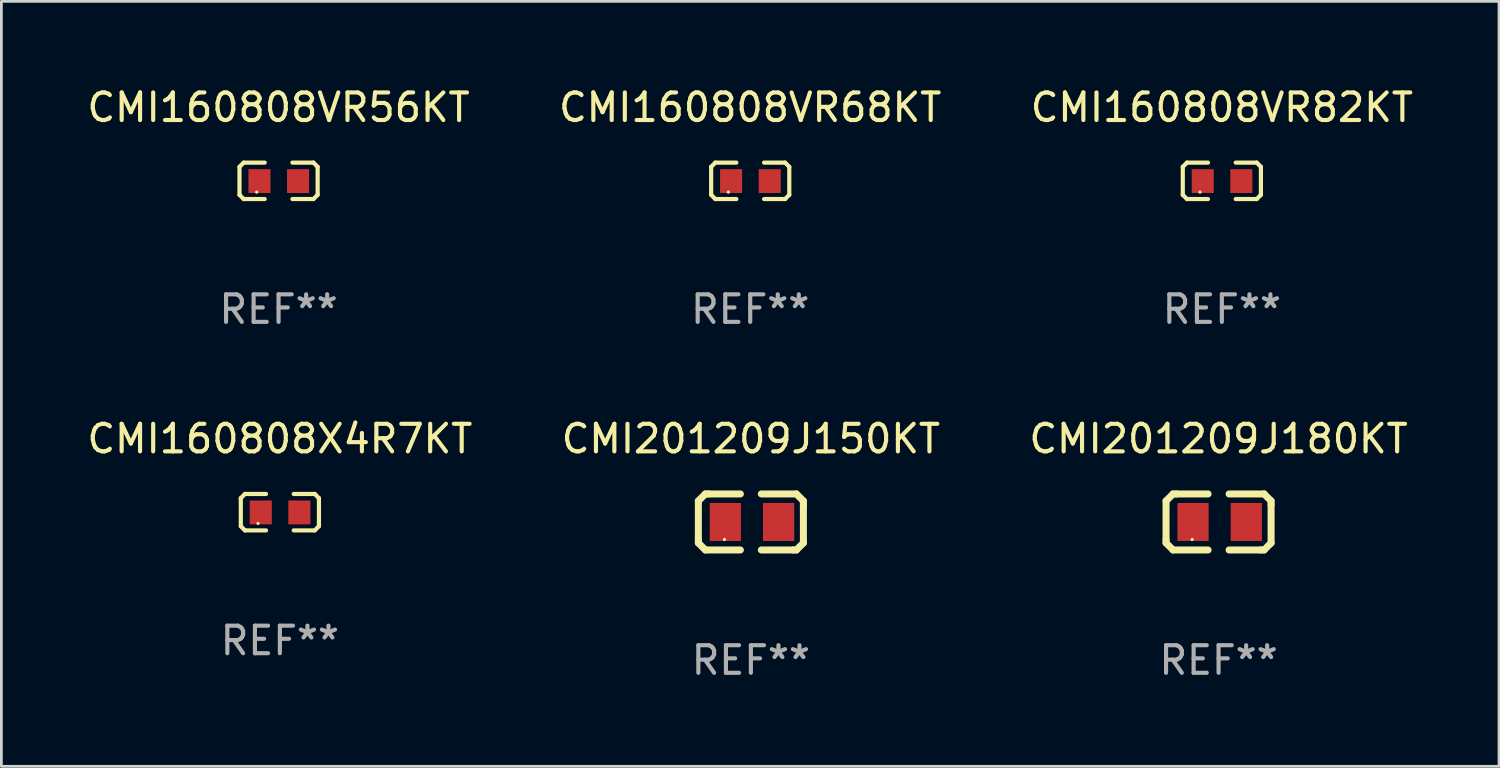
<source format=kicad_pcb>
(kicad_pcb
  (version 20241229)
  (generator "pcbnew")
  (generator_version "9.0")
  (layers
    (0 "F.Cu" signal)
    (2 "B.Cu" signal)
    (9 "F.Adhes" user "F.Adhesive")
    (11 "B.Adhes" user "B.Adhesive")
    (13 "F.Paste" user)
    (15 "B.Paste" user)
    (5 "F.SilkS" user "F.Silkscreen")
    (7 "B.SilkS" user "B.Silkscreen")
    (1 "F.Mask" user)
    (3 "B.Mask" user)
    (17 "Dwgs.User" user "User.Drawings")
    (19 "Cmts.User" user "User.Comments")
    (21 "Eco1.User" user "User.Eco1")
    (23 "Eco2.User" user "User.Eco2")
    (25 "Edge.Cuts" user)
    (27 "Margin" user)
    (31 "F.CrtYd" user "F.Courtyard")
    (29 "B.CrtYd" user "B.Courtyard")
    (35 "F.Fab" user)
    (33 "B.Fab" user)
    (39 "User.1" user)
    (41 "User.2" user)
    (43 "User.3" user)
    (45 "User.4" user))
  (footprint "CMI160808X4R7KT"
    (layer "F.Cu")
    (at 7.101 15.527)
    (property "Reference" "CMI160808X4R7KT" (at 0 -2.661 0) (layer "F.SilkS") (effects (font (size 1 1) (thickness 0.15))))
    (attr through_hole)
    (fp_line (start -1.417 -0.508) (end -1.265 -0.661) (stroke (width 0.152) (type solid)) (layer "F.SilkS"))
    (fp_line (start -1.417 0.508) (end -1.417 -0.508) (stroke (width 0.152) (type solid)) (layer "F.SilkS"))
    (fp_line (start -1.265 -0.661) (end -0.503 -0.661) (stroke (width 0.152) (type solid)) (layer "F.SilkS"))
    (fp_line (start -1.265 0.661) (end -1.417 0.508) (stroke (width 0.152) (type solid)) (layer "F.SilkS"))
    (fp_line (start -1.265 0.661) (end -0.503 0.661) (stroke (width 0.152) (type solid)) (layer "F.SilkS"))
    (fp_line (start 1.265 -0.661) (end 0.503 -0.661) (stroke (width 0.152) (type solid)) (layer "F.SilkS"))
    (fp_line (start 1.265 -0.661) (end 1.417 -0.508) (stroke (width 0.152) (type solid)) (layer "F.SilkS"))
    (fp_line (start 1.265 0.661) (end 0.503 0.661) (stroke (width 0.152) (type solid)) (layer "F.SilkS"))
    (fp_line (start 1.417 -0.508) (end 1.417 0.508) (stroke (width 0.152) (type solid)) (layer "F.SilkS"))
    (fp_line (start 1.417 0.508) (end 1.265 0.661) (stroke (width 0.152) (type solid)) (layer "F.SilkS"))
    (fp_circle (center -0.793 0.409) (end -0.763 0.409) (stroke (width 0.06) (type solid)) (fill no) (layer "F.SilkS"))
    (fp_text user "REF**" (at 0 4.661 0) (layer "F.Fab") (effects (font (size 1 1) (thickness 0.15))))
    (pad "1" smd rect (at -0.693 0.009 180) (size 0.8 0.864) (layers "F.Cu" "F.Mask" "F.Paste"))
    (pad "2" smd rect (at 0.707 0.009 180) (size 0.8 0.864) (layers "F.Cu" "F.Mask" "F.Paste")))
  (footprint "CMI160808VR82KT"
    (layer "F.Cu")
    (at 41.268 3.509)
    (property "Reference" "CMI160808VR82KT" (at 0 -2.661 0) (layer "F.SilkS") (effects (font (size 1 1) (thickness 0.15))))
    (attr through_hole)
    (fp_line (start -1.417 -0.508) (end -1.265 -0.661) (stroke (width 0.152) (type solid)) (layer "F.SilkS"))
    (fp_line (start -1.417 0.508) (end -1.417 -0.508) (stroke (width 0.152) (type solid)) (layer "F.SilkS"))
    (fp_line (start -1.265 -0.661) (end -0.503 -0.661) (stroke (width 0.152) (type solid)) (layer "F.SilkS"))
    (fp_line (start -1.265 0.661) (end -1.417 0.508) (stroke (width 0.152) (type solid)) (layer "F.SilkS"))
    (fp_line (start -1.265 0.661) (end -0.503 0.661) (stroke (width 0.152) (type solid)) (layer "F.SilkS"))
    (fp_line (start 1.265 -0.661) (end 0.503 -0.661) (stroke (width 0.152) (type solid)) (layer "F.SilkS"))
    (fp_line (start 1.265 -0.661) (end 1.417 -0.508) (stroke (width 0.152) (type solid)) (layer "F.SilkS"))
    (fp_line (start 1.265 0.661) (end 0.503 0.661) (stroke (width 0.152) (type solid)) (layer "F.SilkS"))
    (fp_line (start 1.417 -0.508) (end 1.417 0.508) (stroke (width 0.152) (type solid)) (layer "F.SilkS"))
    (fp_line (start 1.417 0.508) (end 1.265 0.661) (stroke (width 0.152) (type solid)) (layer "F.SilkS"))
    (fp_circle (center -0.793 0.409) (end -0.763 0.409) (stroke (width 0.06) (type solid)) (fill no) (layer "F.SilkS"))
    (fp_text user "REF**" (at 0 4.661 0) (layer "F.Fab") (effects (font (size 1 1) (thickness 0.15))))
    (pad "1" smd rect (at -0.693 0.009 180) (size 0.8 0.864) (layers "F.Cu" "F.Mask" "F.Paste"))
    (pad "2" smd rect (at 0.707 0.009 180) (size 0.8 0.864) (layers "F.Cu" "F.Mask" "F.Paste")))
  (footprint "CMI201209J150KT"
    (layer "F.Cu")
    (at 24.185 15.882)
    (property "Reference" "CMI201209J150KT" (at 0 -3.016 0) (layer "F.SilkS") (effects (font (size 1 1) (thickness 0.15))))
    (attr through_hole)
    (fp_line (start -1.905 -0.762) (end -1.905 0.635) (stroke (width 0.254) (type solid)) (layer "F.SilkS"))
    (fp_line (start -1.905 0.635) (end -1.905 0.762) (stroke (width 0.254) (type solid)) (layer "F.SilkS"))
    (fp_line (start -1.905 0.762) (end -1.651 1.016) (stroke (width 0.254) (type solid)) (layer "F.SilkS"))
    (fp_line (start -1.651 -1.016) (end -1.905 -0.762) (stroke (width 0.254) (type solid)) (layer "F.SilkS"))
    (fp_line (start -1.651 1.016) (end -0.381 1.016) (stroke (width 0.254) (type solid)) (layer "F.SilkS"))
    (fp_line (start -1.524 -1.016) (end -1.651 -1.016) (stroke (width 0.254) (type solid)) (layer "F.SilkS"))
    (fp_line (start -0.381 -1.016) (end -1.524 -1.016) (stroke (width 0.254) (type solid)) (layer "F.SilkS"))
    (fp_line (start 0.381 1.016) (end 1.524 1.016) (stroke (width 0.254) (type solid)) (layer "F.SilkS"))
    (fp_line (start 1.524 1.016) (end 1.651 1.016) (stroke (width 0.254) (type solid)) (layer "F.SilkS"))
    (fp_line (start 1.651 -1.016) (end 0.381 -1.016) (stroke (width 0.254) (type solid)) (layer "F.SilkS"))
    (fp_line (start 1.651 1.016) (end 1.905 0.762) (stroke (width 0.254) (type solid)) (layer "F.SilkS"))
    (fp_line (start 1.905 -0.762) (end 1.651 -1.016) (stroke (width 0.254) (type solid)) (layer "F.SilkS"))
    (fp_line (start 1.905 -0.635) (end 1.905 -0.762) (stroke (width 0.254) (type solid)) (layer "F.SilkS"))
    (fp_line (start 1.905 0.762) (end 1.905 -0.635) (stroke (width 0.254) (type solid)) (layer "F.SilkS"))
    (fp_circle (center -0.96 0.637) (end -0.93 0.637) (stroke (width 0.06) (type solid)) (fill no) (layer "F.SilkS"))
    (fp_text user "REF**" (at 0 5.016 0) (layer "F.Fab") (effects (font (size 1 1) (thickness 0.15))))
    (pad "1" smd rect (at -0.926 -0.000051) (size 1.133 1.377) (layers "F.Cu" "F.Mask" "F.Paste"))
    (pad "2" smd rect (at 1.006 -0.000051) (size 1.133 1.377) (layers "F.Cu" "F.Mask" "F.Paste")))
  (footprint "CMI160808VR68KT"
    (layer "F.Cu")
    (at 24.161 3.509)
    (property "Reference" "CMI160808VR68KT" (at 0 -2.661 0) (layer "F.SilkS") (effects (font (size 1 1) (thickness 0.15))))
    (attr through_hole)
    (fp_line (start -1.417 -0.508) (end -1.265 -0.661) (stroke (width 0.152) (type solid)) (layer "F.SilkS"))
    (fp_line (start -1.417 0.508) (end -1.417 -0.508) (stroke (width 0.152) (type solid)) (layer "F.SilkS"))
    (fp_line (start -1.265 -0.661) (end -0.503 -0.661) (stroke (width 0.152) (type solid)) (layer "F.SilkS"))
    (fp_line (start -1.265 0.661) (end -1.417 0.508) (stroke (width 0.152) (type solid)) (layer "F.SilkS"))
    (fp_line (start -1.265 0.661) (end -0.503 0.661) (stroke (width 0.152) (type solid)) (layer "F.SilkS"))
    (fp_line (start 1.265 -0.661) (end 0.503 -0.661) (stroke (width 0.152) (type solid)) (layer "F.SilkS"))
    (fp_line (start 1.265 -0.661) (end 1.417 -0.508) (stroke (width 0.152) (type solid)) (layer "F.SilkS"))
    (fp_line (start 1.265 0.661) (end 0.503 0.661) (stroke (width 0.152) (type solid)) (layer "F.SilkS"))
    (fp_line (start 1.417 -0.508) (end 1.417 0.508) (stroke (width 0.152) (type solid)) (layer "F.SilkS"))
    (fp_line (start 1.417 0.508) (end 1.265 0.661) (stroke (width 0.152) (type solid)) (layer "F.SilkS"))
    (fp_circle (center -0.793 0.409) (end -0.763 0.409) (stroke (width 0.06) (type solid)) (fill no) (layer "F.SilkS"))
    (fp_text user "REF**" (at 0 4.661 0) (layer "F.Fab") (effects (font (size 1 1) (thickness 0.15))))
    (pad "1" smd rect (at -0.693 0.009 180) (size 0.8 0.864) (layers "F.Cu" "F.Mask" "F.Paste"))
    (pad "2" smd rect (at 0.707 0.009 180) (size 0.8 0.864) (layers "F.Cu" "F.Mask" "F.Paste")))
  (footprint "CMI160808VR56KT"
    (layer "F.Cu")
    (at 7.054 3.509)
    (property "Reference" "CMI160808VR56KT" (at 0 -2.661 0) (layer "F.SilkS") (effects (font (size 1 1) (thickness 0.15))))
    (attr through_hole)
    (fp_line (start -1.417 -0.508) (end -1.265 -0.661) (stroke (width 0.152) (type solid)) (layer "F.SilkS"))
    (fp_line (start -1.417 0.508) (end -1.417 -0.508) (stroke (width 0.152) (type solid)) (layer "F.SilkS"))
    (fp_line (start -1.265 -0.661) (end -0.503 -0.661) (stroke (width 0.152) (type solid)) (layer "F.SilkS"))
    (fp_line (start -1.265 0.661) (end -1.417 0.508) (stroke (width 0.152) (type solid)) (layer "F.SilkS"))
    (fp_line (start -1.265 0.661) (end -0.503 0.661) (stroke (width 0.152) (type solid)) (layer "F.SilkS"))
    (fp_line (start 1.265 -0.661) (end 0.503 -0.661) (stroke (width 0.152) (type solid)) (layer "F.SilkS"))
    (fp_line (start 1.265 -0.661) (end 1.417 -0.508) (stroke (width 0.152) (type solid)) (layer "F.SilkS"))
    (fp_line (start 1.265 0.661) (end 0.503 0.661) (stroke (width 0.152) (type solid)) (layer "F.SilkS"))
    (fp_line (start 1.417 -0.508) (end 1.417 0.508) (stroke (width 0.152) (type solid)) (layer "F.SilkS"))
    (fp_line (start 1.417 0.508) (end 1.265 0.661) (stroke (width 0.152) (type solid)) (layer "F.SilkS"))
    (fp_circle (center -0.793 0.409) (end -0.763 0.409) (stroke (width 0.06) (type solid)) (fill no) (layer "F.SilkS"))
    (fp_text user "REF**" (at 0 4.661 0) (layer "F.Fab") (effects (font (size 1 1) (thickness 0.15))))
    (pad "1" smd rect (at -0.693 0.009 180) (size 0.8 0.864) (layers "F.Cu" "F.Mask" "F.Paste"))
    (pad "2" smd rect (at 0.707 0.009 180) (size 0.8 0.864) (layers "F.Cu" "F.Mask" "F.Paste")))
  (footprint "CMI201209J180KT"
    (layer "F.Cu")
    (at 41.149 15.882)
    (property "Reference" "CMI201209J180KT" (at 0 -3.016 0) (layer "F.SilkS") (effects (font (size 1 1) (thickness 0.15))))
    (attr through_hole)
    (fp_line (start -1.905 -0.762) (end -1.905 0.635) (stroke (width 0.254) (type solid)) (layer "F.SilkS"))
    (fp_line (start -1.905 0.635) (end -1.905 0.762) (stroke (width 0.254) (type solid)) (layer "F.SilkS"))
    (fp_line (start -1.905 0.762) (end -1.651 1.016) (stroke (width 0.254) (type solid)) (layer "F.SilkS"))
    (fp_line (start -1.651 -1.016) (end -1.905 -0.762) (stroke (width 0.254) (type solid)) (layer "F.SilkS"))
    (fp_line (start -1.651 1.016) (end -0.381 1.016) (stroke (width 0.254) (type solid)) (layer "F.SilkS"))
    (fp_line (start -1.524 -1.016) (end -1.651 -1.016) (stroke (width 0.254) (type solid)) (layer "F.SilkS"))
    (fp_line (start -0.381 -1.016) (end -1.524 -1.016) (stroke (width 0.254) (type solid)) (layer "F.SilkS"))
    (fp_line (start 0.381 1.016) (end 1.524 1.016) (stroke (width 0.254) (type solid)) (layer "F.SilkS"))
    (fp_line (start 1.524 1.016) (end 1.651 1.016) (stroke (width 0.254) (type solid)) (layer "F.SilkS"))
    (fp_line (start 1.651 -1.016) (end 0.381 -1.016) (stroke (width 0.254) (type solid)) (layer "F.SilkS"))
    (fp_line (start 1.651 1.016) (end 1.905 0.762) (stroke (width 0.254) (type solid)) (layer "F.SilkS"))
    (fp_line (start 1.905 -0.762) (end 1.651 -1.016) (stroke (width 0.254) (type solid)) (layer "F.SilkS"))
    (fp_line (start 1.905 -0.635) (end 1.905 -0.762) (stroke (width 0.254) (type solid)) (layer "F.SilkS"))
    (fp_line (start 1.905 0.762) (end 1.905 -0.635) (stroke (width 0.254) (type solid)) (layer "F.SilkS"))
    (fp_circle (center -0.96 0.637) (end -0.93 0.637) (stroke (width 0.06) (type solid)) (fill no) (layer "F.SilkS"))
    (fp_text user "REF**" (at 0 5.016 0) (layer "F.Fab") (effects (font (size 1 1) (thickness 0.15))))
    (pad "1" smd rect (at -0.926 -0.000051) (size 1.133 1.377) (layers "F.Cu" "F.Mask" "F.Paste"))
    (pad "2" smd rect (at 1.006 -0.000051) (size 1.133 1.377) (layers "F.Cu" "F.Mask" "F.Paste")))
  (gr_rect
    (start -3 -3)
    (end 51.321 24.746)
    (stroke (width 0.1) (type default))
    (fill no)
    (layer "Edge.Cuts")))
</source>
